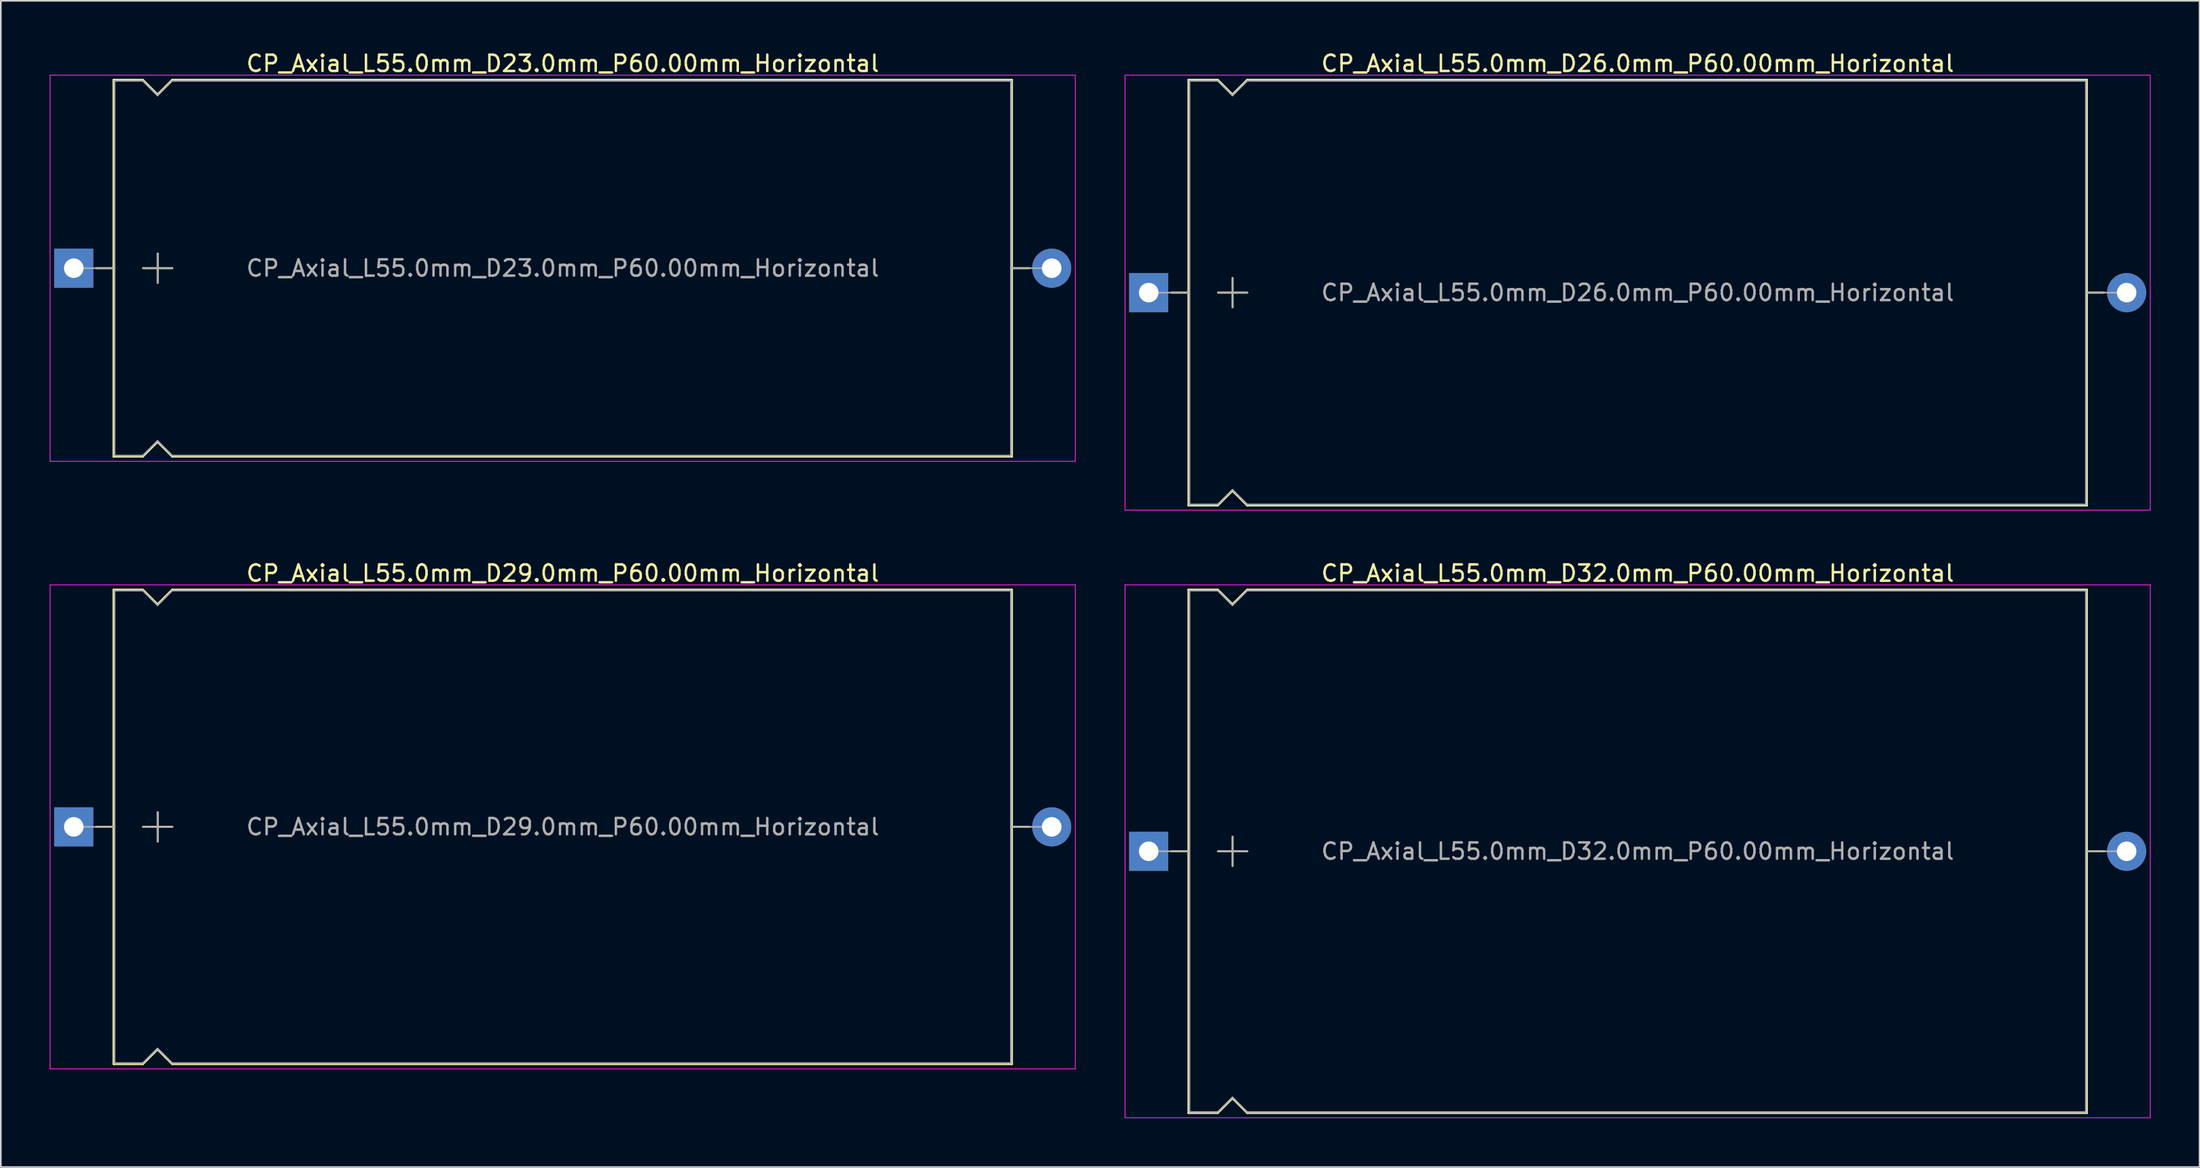
<source format=kicad_pcb>
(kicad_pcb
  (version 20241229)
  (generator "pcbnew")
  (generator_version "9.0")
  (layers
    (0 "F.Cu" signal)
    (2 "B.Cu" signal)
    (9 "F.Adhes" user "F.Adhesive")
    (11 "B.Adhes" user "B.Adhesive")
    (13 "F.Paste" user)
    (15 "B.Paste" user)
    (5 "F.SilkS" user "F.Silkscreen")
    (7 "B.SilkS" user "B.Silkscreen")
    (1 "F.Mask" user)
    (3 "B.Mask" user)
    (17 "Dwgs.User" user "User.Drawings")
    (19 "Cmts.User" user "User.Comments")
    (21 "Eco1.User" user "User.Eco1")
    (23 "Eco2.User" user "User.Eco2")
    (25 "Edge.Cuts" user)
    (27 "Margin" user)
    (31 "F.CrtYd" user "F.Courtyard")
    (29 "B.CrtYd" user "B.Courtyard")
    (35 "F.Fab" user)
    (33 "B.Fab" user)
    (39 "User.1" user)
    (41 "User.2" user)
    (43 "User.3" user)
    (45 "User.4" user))
  (footprint "CP_Axial_L55.0mm_D26.0mm_P60.00mm_Horizontal"
    (layer "F.Cu")
    (at 67.425 14.908)
    (property "Reference" "CP_Axial_L55.0mm_D26.0mm_P60.00mm_Horizontal" (at 30 -14.06 0) (layer "F.SilkS") (effects (font (size 1 1) (thickness 0.15))))
    (attr through_hole)
    (fp_line (start 1.38 0) (end 2.44 0) (stroke (width 0.12) (type solid)) (layer "F.SilkS"))
    (fp_line (start 2.44 -13.06) (end 2.44 13.06) (stroke (width 0.12) (type solid)) (layer "F.SilkS"))
    (fp_line (start 2.44 -13.06) (end 4.24 -13.06) (stroke (width 0.12) (type solid)) (layer "F.SilkS"))
    (fp_line (start 2.44 13.06) (end 4.24 13.06) (stroke (width 0.12) (type solid)) (layer "F.SilkS"))
    (fp_line (start 4.24 -13.06) (end 5.14 -12.16) (stroke (width 0.12) (type solid)) (layer "F.SilkS"))
    (fp_line (start 4.24 13.06) (end 5.14 12.16) (stroke (width 0.12) (type solid)) (layer "F.SilkS"))
    (fp_line (start 4.25 0) (end 6.05 0) (stroke (width 0.12) (type solid)) (layer "F.SilkS"))
    (fp_line (start 5.14 -12.16) (end 6.04 -13.06) (stroke (width 0.12) (type solid)) (layer "F.SilkS"))
    (fp_line (start 5.14 12.16) (end 6.04 13.06) (stroke (width 0.12) (type solid)) (layer "F.SilkS"))
    (fp_line (start 5.15 -0.9) (end 5.15 0.9) (stroke (width 0.12) (type solid)) (layer "F.SilkS"))
    (fp_line (start 6.04 -13.06) (end 57.56 -13.06) (stroke (width 0.12) (type solid)) (layer "F.SilkS"))
    (fp_line (start 6.04 13.06) (end 57.56 13.06) (stroke (width 0.12) (type solid)) (layer "F.SilkS"))
    (fp_line (start 57.56 -13.06) (end 57.56 13.06) (stroke (width 0.12) (type solid)) (layer "F.SilkS"))
    (fp_line (start 58.62 0) (end 57.56 0) (stroke (width 0.12) (type solid)) (layer "F.SilkS"))
    (fp_line (start -1.45 -13.35) (end -1.45 13.35) (stroke (width 0.05) (type solid)) (layer "F.CrtYd"))
    (fp_line (start -1.45 13.35) (end 61.45 13.35) (stroke (width 0.05) (type solid)) (layer "F.CrtYd"))
    (fp_line (start 61.45 -13.35) (end -1.45 -13.35) (stroke (width 0.05) (type solid)) (layer "F.CrtYd"))
    (fp_line (start 61.45 13.35) (end 61.45 -13.35) (stroke (width 0.05) (type solid)) (layer "F.CrtYd"))
    (fp_line (start 0 0) (end 2.5 0) (stroke (width 0.1) (type solid)) (layer "F.Fab"))
    (fp_line (start 2.5 -13) (end 2.5 13) (stroke (width 0.1) (type solid)) (layer "F.Fab"))
    (fp_line (start 2.5 -13) (end 4.24 -13) (stroke (width 0.1) (type solid)) (layer "F.Fab"))
    (fp_line (start 2.5 13) (end 4.24 13) (stroke (width 0.1) (type solid)) (layer "F.Fab"))
    (fp_line (start 4.24 -13) (end 5.14 -12.1) (stroke (width 0.1) (type solid)) (layer "F.Fab"))
    (fp_line (start 4.24 13) (end 5.14 12.1) (stroke (width 0.1) (type solid)) (layer "F.Fab"))
    (fp_line (start 4.25 0) (end 6.05 0) (stroke (width 0.1) (type solid)) (layer "F.Fab"))
    (fp_line (start 5.14 -12.1) (end 6.04 -13) (stroke (width 0.1) (type solid)) (layer "F.Fab"))
    (fp_line (start 5.14 12.1) (end 6.04 13) (stroke (width 0.1) (type solid)) (layer "F.Fab"))
    (fp_line (start 5.15 -0.9) (end 5.15 0.9) (stroke (width 0.1) (type solid)) (layer "F.Fab"))
    (fp_line (start 6.04 -13) (end 57.5 -13) (stroke (width 0.1) (type solid)) (layer "F.Fab"))
    (fp_line (start 6.04 13) (end 57.5 13) (stroke (width 0.1) (type solid)) (layer "F.Fab"))
    (fp_line (start 57.5 -13) (end 57.5 13) (stroke (width 0.1) (type solid)) (layer "F.Fab"))
    (fp_line (start 60 0) (end 57.5 0) (stroke (width 0.1) (type solid)) (layer "F.Fab"))
    (fp_text user "${REFERENCE}" (at 30 0 0) (layer "F.Fab") (effects (font (size 1 1) (thickness 0.15))))
    (pad "1" thru_hole rect (at 0 0) (size 2.4 2.4) (drill 1.2) (layers "*.Cu" "*.Mask"))
    (pad "2" thru_hole oval (at 60 0) (size 2.4 2.4) (drill 1.2) (layers "*.Cu" "*.Mask")))
  (footprint "CP_Axial_L55.0mm_D23.0mm_P60.00mm_Horizontal"
    (layer "F.Cu")
    (at 1.475 13.408)
    (property "Reference" "CP_Axial_L55.0mm_D23.0mm_P60.00mm_Horizontal" (at 30 -12.56 0) (layer "F.SilkS") (effects (font (size 1 1) (thickness 0.15))))
    (attr through_hole)
    (fp_line (start 1.38 0) (end 2.44 0) (stroke (width 0.12) (type solid)) (layer "F.SilkS"))
    (fp_line (start 2.44 -11.56) (end 2.44 11.56) (stroke (width 0.12) (type solid)) (layer "F.SilkS"))
    (fp_line (start 2.44 -11.56) (end 4.24 -11.56) (stroke (width 0.12) (type solid)) (layer "F.SilkS"))
    (fp_line (start 2.44 11.56) (end 4.24 11.56) (stroke (width 0.12) (type solid)) (layer "F.SilkS"))
    (fp_line (start 4.24 -11.56) (end 5.14 -10.66) (stroke (width 0.12) (type solid)) (layer "F.SilkS"))
    (fp_line (start 4.24 11.56) (end 5.14 10.66) (stroke (width 0.12) (type solid)) (layer "F.SilkS"))
    (fp_line (start 4.25 0) (end 6.05 0) (stroke (width 0.12) (type solid)) (layer "F.SilkS"))
    (fp_line (start 5.14 -10.66) (end 6.04 -11.56) (stroke (width 0.12) (type solid)) (layer "F.SilkS"))
    (fp_line (start 5.14 10.66) (end 6.04 11.56) (stroke (width 0.12) (type solid)) (layer "F.SilkS"))
    (fp_line (start 5.15 -0.9) (end 5.15 0.9) (stroke (width 0.12) (type solid)) (layer "F.SilkS"))
    (fp_line (start 6.04 -11.56) (end 57.56 -11.56) (stroke (width 0.12) (type solid)) (layer "F.SilkS"))
    (fp_line (start 6.04 11.56) (end 57.56 11.56) (stroke (width 0.12) (type solid)) (layer "F.SilkS"))
    (fp_line (start 57.56 -11.56) (end 57.56 11.56) (stroke (width 0.12) (type solid)) (layer "F.SilkS"))
    (fp_line (start 58.62 0) (end 57.56 0) (stroke (width 0.12) (type solid)) (layer "F.SilkS"))
    (fp_line (start -1.45 -11.85) (end -1.45 11.85) (stroke (width 0.05) (type solid)) (layer "F.CrtYd"))
    (fp_line (start -1.45 11.85) (end 61.45 11.85) (stroke (width 0.05) (type solid)) (layer "F.CrtYd"))
    (fp_line (start 61.45 -11.85) (end -1.45 -11.85) (stroke (width 0.05) (type solid)) (layer "F.CrtYd"))
    (fp_line (start 61.45 11.85) (end 61.45 -11.85) (stroke (width 0.05) (type solid)) (layer "F.CrtYd"))
    (fp_line (start 0 0) (end 2.5 0) (stroke (width 0.1) (type solid)) (layer "F.Fab"))
    (fp_line (start 2.5 -11.5) (end 2.5 11.5) (stroke (width 0.1) (type solid)) (layer "F.Fab"))
    (fp_line (start 2.5 -11.5) (end 4.24 -11.5) (stroke (width 0.1) (type solid)) (layer "F.Fab"))
    (fp_line (start 2.5 11.5) (end 4.24 11.5) (stroke (width 0.1) (type solid)) (layer "F.Fab"))
    (fp_line (start 4.24 -11.5) (end 5.14 -10.6) (stroke (width 0.1) (type solid)) (layer "F.Fab"))
    (fp_line (start 4.24 11.5) (end 5.14 10.6) (stroke (width 0.1) (type solid)) (layer "F.Fab"))
    (fp_line (start 4.25 0) (end 6.05 0) (stroke (width 0.1) (type solid)) (layer "F.Fab"))
    (fp_line (start 5.14 -10.6) (end 6.04 -11.5) (stroke (width 0.1) (type solid)) (layer "F.Fab"))
    (fp_line (start 5.14 10.6) (end 6.04 11.5) (stroke (width 0.1) (type solid)) (layer "F.Fab"))
    (fp_line (start 5.15 -0.9) (end 5.15 0.9) (stroke (width 0.1) (type solid)) (layer "F.Fab"))
    (fp_line (start 6.04 -11.5) (end 57.5 -11.5) (stroke (width 0.1) (type solid)) (layer "F.Fab"))
    (fp_line (start 6.04 11.5) (end 57.5 11.5) (stroke (width 0.1) (type solid)) (layer "F.Fab"))
    (fp_line (start 57.5 -11.5) (end 57.5 11.5) (stroke (width 0.1) (type solid)) (layer "F.Fab"))
    (fp_line (start 60 0) (end 57.5 0) (stroke (width 0.1) (type solid)) (layer "F.Fab"))
    (fp_text user "${REFERENCE}" (at 30 0 0) (layer "F.Fab") (effects (font (size 1 1) (thickness 0.15))))
    (pad "1" thru_hole rect (at 0 0) (size 2.4 2.4) (drill 1.2) (layers "*.Cu" "*.Mask"))
    (pad "2" thru_hole oval (at 60 0) (size 2.4 2.4) (drill 1.2) (layers "*.Cu" "*.Mask")))
  (footprint "CP_Axial_L55.0mm_D32.0mm_P60.00mm_Horizontal"
    (layer "F.Cu")
    (at 67.425 49.191)
    (property "Reference" "CP_Axial_L55.0mm_D32.0mm_P60.00mm_Horizontal" (at 30 -17.06 0) (layer "F.SilkS") (effects (font (size 1 1) (thickness 0.15))))
    (attr through_hole)
    (fp_line (start 1.38 0) (end 2.44 0) (stroke (width 0.12) (type solid)) (layer "F.SilkS"))
    (fp_line (start 2.44 -16.06) (end 2.44 16.06) (stroke (width 0.12) (type solid)) (layer "F.SilkS"))
    (fp_line (start 2.44 -16.06) (end 4.24 -16.06) (stroke (width 0.12) (type solid)) (layer "F.SilkS"))
    (fp_line (start 2.44 16.06) (end 4.24 16.06) (stroke (width 0.12) (type solid)) (layer "F.SilkS"))
    (fp_line (start 4.24 -16.06) (end 5.14 -15.16) (stroke (width 0.12) (type solid)) (layer "F.SilkS"))
    (fp_line (start 4.24 16.06) (end 5.14 15.16) (stroke (width 0.12) (type solid)) (layer "F.SilkS"))
    (fp_line (start 4.25 0) (end 6.05 0) (stroke (width 0.12) (type solid)) (layer "F.SilkS"))
    (fp_line (start 5.14 -15.16) (end 6.04 -16.06) (stroke (width 0.12) (type solid)) (layer "F.SilkS"))
    (fp_line (start 5.14 15.16) (end 6.04 16.06) (stroke (width 0.12) (type solid)) (layer "F.SilkS"))
    (fp_line (start 5.15 -0.9) (end 5.15 0.9) (stroke (width 0.12) (type solid)) (layer "F.SilkS"))
    (fp_line (start 6.04 -16.06) (end 57.56 -16.06) (stroke (width 0.12) (type solid)) (layer "F.SilkS"))
    (fp_line (start 6.04 16.06) (end 57.56 16.06) (stroke (width 0.12) (type solid)) (layer "F.SilkS"))
    (fp_line (start 57.56 -16.06) (end 57.56 16.06) (stroke (width 0.12) (type solid)) (layer "F.SilkS"))
    (fp_line (start 58.62 0) (end 57.56 0) (stroke (width 0.12) (type solid)) (layer "F.SilkS"))
    (fp_line (start -1.45 -16.35) (end -1.45 16.35) (stroke (width 0.05) (type solid)) (layer "F.CrtYd"))
    (fp_line (start -1.45 16.35) (end 61.45 16.35) (stroke (width 0.05) (type solid)) (layer "F.CrtYd"))
    (fp_line (start 61.45 -16.35) (end -1.45 -16.35) (stroke (width 0.05) (type solid)) (layer "F.CrtYd"))
    (fp_line (start 61.45 16.35) (end 61.45 -16.35) (stroke (width 0.05) (type solid)) (layer "F.CrtYd"))
    (fp_line (start 0 0) (end 2.5 0) (stroke (width 0.1) (type solid)) (layer "F.Fab"))
    (fp_line (start 2.5 -16) (end 2.5 16) (stroke (width 0.1) (type solid)) (layer "F.Fab"))
    (fp_line (start 2.5 -16) (end 4.24 -16) (stroke (width 0.1) (type solid)) (layer "F.Fab"))
    (fp_line (start 2.5 16) (end 4.24 16) (stroke (width 0.1) (type solid)) (layer "F.Fab"))
    (fp_line (start 4.24 -16) (end 5.14 -15.1) (stroke (width 0.1) (type solid)) (layer "F.Fab"))
    (fp_line (start 4.24 16) (end 5.14 15.1) (stroke (width 0.1) (type solid)) (layer "F.Fab"))
    (fp_line (start 4.25 0) (end 6.05 0) (stroke (width 0.1) (type solid)) (layer "F.Fab"))
    (fp_line (start 5.14 -15.1) (end 6.04 -16) (stroke (width 0.1) (type solid)) (layer "F.Fab"))
    (fp_line (start 5.14 15.1) (end 6.04 16) (stroke (width 0.1) (type solid)) (layer "F.Fab"))
    (fp_line (start 5.15 -0.9) (end 5.15 0.9) (stroke (width 0.1) (type solid)) (layer "F.Fab"))
    (fp_line (start 6.04 -16) (end 57.5 -16) (stroke (width 0.1) (type solid)) (layer "F.Fab"))
    (fp_line (start 6.04 16) (end 57.5 16) (stroke (width 0.1) (type solid)) (layer "F.Fab"))
    (fp_line (start 57.5 -16) (end 57.5 16) (stroke (width 0.1) (type solid)) (layer "F.Fab"))
    (fp_line (start 60 0) (end 57.5 0) (stroke (width 0.1) (type solid)) (layer "F.Fab"))
    (fp_text user "${REFERENCE}" (at 30 0 0) (layer "F.Fab") (effects (font (size 1 1) (thickness 0.15))))
    (pad "1" thru_hole rect (at 0 0) (size 2.4 2.4) (drill 1.2) (layers "*.Cu" "*.Mask"))
    (pad "2" thru_hole oval (at 60 0) (size 2.4 2.4) (drill 1.2) (layers "*.Cu" "*.Mask")))
  (footprint "CP_Axial_L55.0mm_D29.0mm_P60.00mm_Horizontal"
    (layer "F.Cu")
    (at 1.475 47.691)
    (property "Reference" "CP_Axial_L55.0mm_D29.0mm_P60.00mm_Horizontal" (at 30 -15.56 0) (layer "F.SilkS") (effects (font (size 1 1) (thickness 0.15))))
    (attr through_hole)
    (fp_line (start 1.38 0) (end 2.44 0) (stroke (width 0.12) (type solid)) (layer "F.SilkS"))
    (fp_line (start 2.44 -14.56) (end 2.44 14.56) (stroke (width 0.12) (type solid)) (layer "F.SilkS"))
    (fp_line (start 2.44 -14.56) (end 4.24 -14.56) (stroke (width 0.12) (type solid)) (layer "F.SilkS"))
    (fp_line (start 2.44 14.56) (end 4.24 14.56) (stroke (width 0.12) (type solid)) (layer "F.SilkS"))
    (fp_line (start 4.24 -14.56) (end 5.14 -13.66) (stroke (width 0.12) (type solid)) (layer "F.SilkS"))
    (fp_line (start 4.24 14.56) (end 5.14 13.66) (stroke (width 0.12) (type solid)) (layer "F.SilkS"))
    (fp_line (start 4.25 0) (end 6.05 0) (stroke (width 0.12) (type solid)) (layer "F.SilkS"))
    (fp_line (start 5.14 -13.66) (end 6.04 -14.56) (stroke (width 0.12) (type solid)) (layer "F.SilkS"))
    (fp_line (start 5.14 13.66) (end 6.04 14.56) (stroke (width 0.12) (type solid)) (layer "F.SilkS"))
    (fp_line (start 5.15 -0.9) (end 5.15 0.9) (stroke (width 0.12) (type solid)) (layer "F.SilkS"))
    (fp_line (start 6.04 -14.56) (end 57.56 -14.56) (stroke (width 0.12) (type solid)) (layer "F.SilkS"))
    (fp_line (start 6.04 14.56) (end 57.56 14.56) (stroke (width 0.12) (type solid)) (layer "F.SilkS"))
    (fp_line (start 57.56 -14.56) (end 57.56 14.56) (stroke (width 0.12) (type solid)) (layer "F.SilkS"))
    (fp_line (start 58.62 0) (end 57.56 0) (stroke (width 0.12) (type solid)) (layer "F.SilkS"))
    (fp_line (start -1.45 -14.85) (end -1.45 14.85) (stroke (width 0.05) (type solid)) (layer "F.CrtYd"))
    (fp_line (start -1.45 14.85) (end 61.45 14.85) (stroke (width 0.05) (type solid)) (layer "F.CrtYd"))
    (fp_line (start 61.45 -14.85) (end -1.45 -14.85) (stroke (width 0.05) (type solid)) (layer "F.CrtYd"))
    (fp_line (start 61.45 14.85) (end 61.45 -14.85) (stroke (width 0.05) (type solid)) (layer "F.CrtYd"))
    (fp_line (start 0 0) (end 2.5 0) (stroke (width 0.1) (type solid)) (layer "F.Fab"))
    (fp_line (start 2.5 -14.5) (end 2.5 14.5) (stroke (width 0.1) (type solid)) (layer "F.Fab"))
    (fp_line (start 2.5 -14.5) (end 4.24 -14.5) (stroke (width 0.1) (type solid)) (layer "F.Fab"))
    (fp_line (start 2.5 14.5) (end 4.24 14.5) (stroke (width 0.1) (type solid)) (layer "F.Fab"))
    (fp_line (start 4.24 -14.5) (end 5.14 -13.6) (stroke (width 0.1) (type solid)) (layer "F.Fab"))
    (fp_line (start 4.24 14.5) (end 5.14 13.6) (stroke (width 0.1) (type solid)) (layer "F.Fab"))
    (fp_line (start 4.25 0) (end 6.05 0) (stroke (width 0.1) (type solid)) (layer "F.Fab"))
    (fp_line (start 5.14 -13.6) (end 6.04 -14.5) (stroke (width 0.1) (type solid)) (layer "F.Fab"))
    (fp_line (start 5.14 13.6) (end 6.04 14.5) (stroke (width 0.1) (type solid)) (layer "F.Fab"))
    (fp_line (start 5.15 -0.9) (end 5.15 0.9) (stroke (width 0.1) (type solid)) (layer "F.Fab"))
    (fp_line (start 6.04 -14.5) (end 57.5 -14.5) (stroke (width 0.1) (type solid)) (layer "F.Fab"))
    (fp_line (start 6.04 14.5) (end 57.5 14.5) (stroke (width 0.1) (type solid)) (layer "F.Fab"))
    (fp_line (start 57.5 -14.5) (end 57.5 14.5) (stroke (width 0.1) (type solid)) (layer "F.Fab"))
    (fp_line (start 60 0) (end 57.5 0) (stroke (width 0.1) (type solid)) (layer "F.Fab"))
    (fp_text user "${REFERENCE}" (at 30 0 0) (layer "F.Fab") (effects (font (size 1 1) (thickness 0.15))))
    (pad "1" thru_hole rect (at 0 0) (size 2.4 2.4) (drill 1.2) (layers "*.Cu" "*.Mask"))
    (pad "2" thru_hole oval (at 60 0) (size 2.4 2.4) (drill 1.2) (layers "*.Cu" "*.Mask")))
  (gr_rect
    (start -3 -3)
    (end 131.9 68.567)
    (stroke (width 0.1) (type default))
    (fill no)
    (layer "Edge.Cuts")))
</source>
